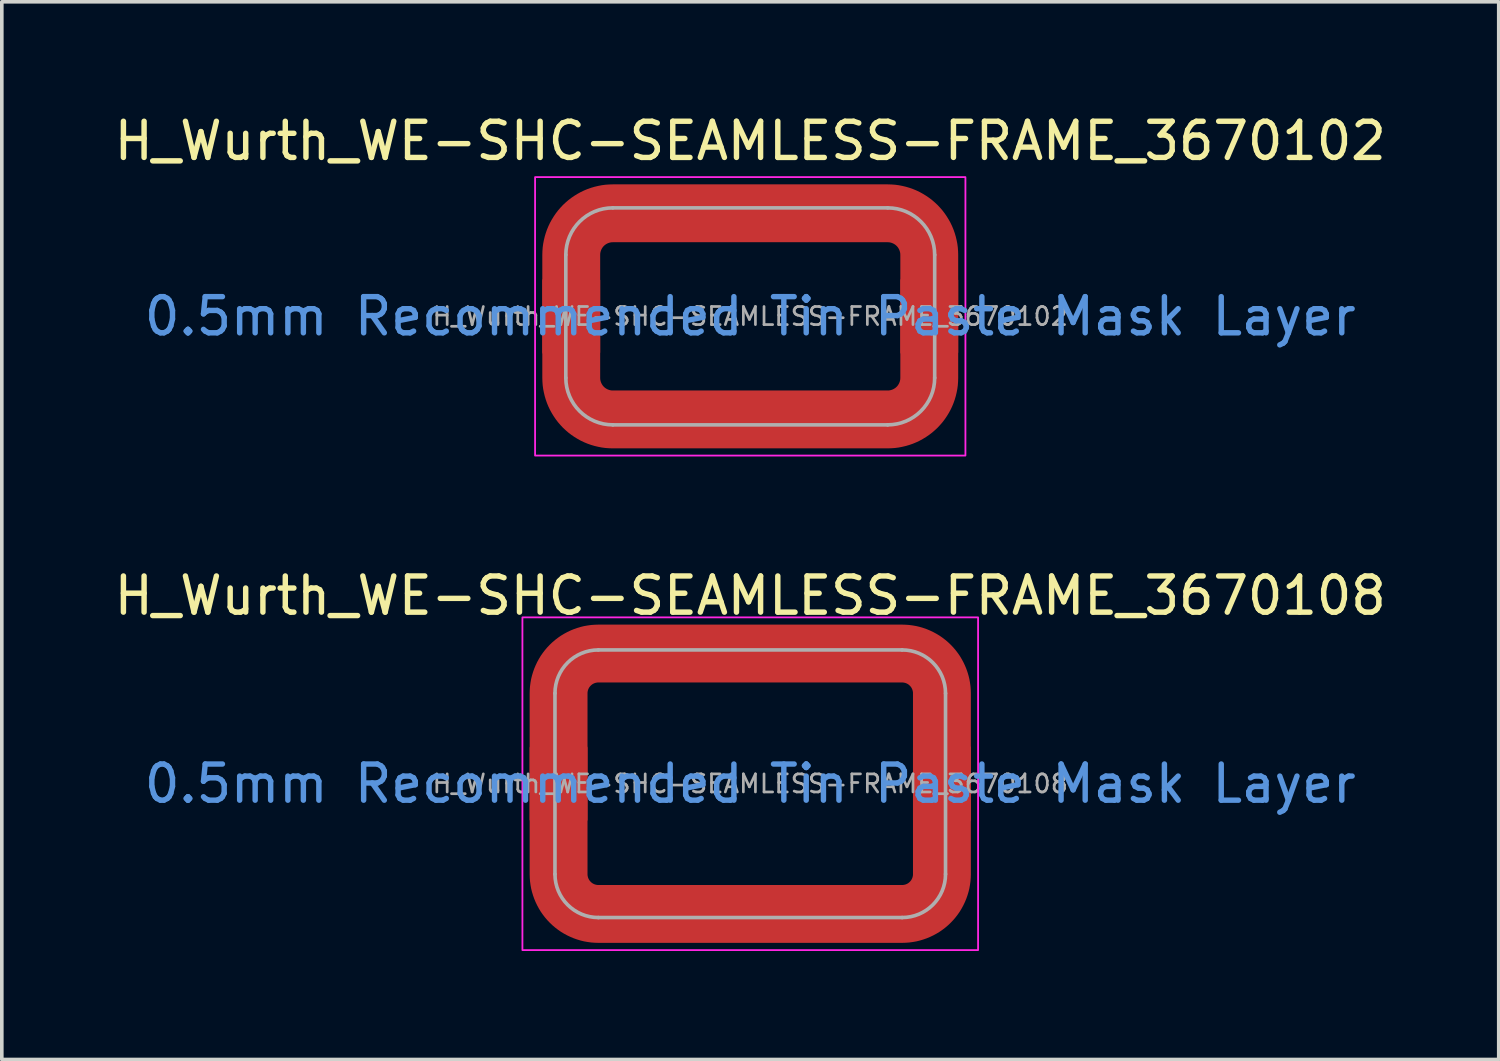
<source format=kicad_pcb>
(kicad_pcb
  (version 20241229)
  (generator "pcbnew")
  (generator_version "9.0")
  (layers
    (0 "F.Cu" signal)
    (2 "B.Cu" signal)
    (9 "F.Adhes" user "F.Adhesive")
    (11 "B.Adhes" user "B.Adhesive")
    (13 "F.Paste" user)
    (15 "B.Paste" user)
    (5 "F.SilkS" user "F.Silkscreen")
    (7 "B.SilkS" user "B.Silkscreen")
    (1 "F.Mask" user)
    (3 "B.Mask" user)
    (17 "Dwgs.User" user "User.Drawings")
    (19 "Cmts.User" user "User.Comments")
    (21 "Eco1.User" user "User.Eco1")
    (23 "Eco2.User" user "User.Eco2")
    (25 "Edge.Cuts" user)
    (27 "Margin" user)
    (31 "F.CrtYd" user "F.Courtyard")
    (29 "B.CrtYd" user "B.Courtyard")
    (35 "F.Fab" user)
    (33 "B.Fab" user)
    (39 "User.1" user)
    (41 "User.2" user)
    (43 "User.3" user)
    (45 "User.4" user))
  (footprint "H_Wurth_WE-SHC-SEAMLESS-FRAME_3670102"
    (layer "F.Cu")
    (at 17.696 5.698)
    (property "Reference" "H_Wurth_WE-SHC-SEAMLESS-FRAME_3670102" (at 0 -4.85 0) (unlocked yes) (layer "F.SilkS") (effects (font (size 1 1) (thickness 0.15))))
    (attr smd)
    (fp_rect (start -5.95 -3.85) (end 5.95 3.85) (stroke (width 0.05) (type solid)) (fill no) (layer "F.CrtYd"))
    (fp_line (start -5.1 1.7) (end -5.1 -1.7) (stroke (width 0.1) (type solid)) (layer "F.Fab"))
    (fp_line (start -3.8 -3) (end 3.8 -3) (stroke (width 0.1) (type solid)) (layer "F.Fab"))
    (fp_line (start -3.8 3) (end 3.8 3) (stroke (width 0.1) (type solid)) (layer "F.Fab"))
    (fp_line (start 5.1 1.7) (end 5.1 -1.7) (stroke (width 0.1) (type solid)) (layer "F.Fab"))
    (fp_arc (start -5.1 -1.7) (mid -4.719239 -2.619238) (end -3.8 -3) (stroke (width 0.1) (type default)) (layer "F.Fab"))
    (fp_arc (start -3.8 3) (mid -4.719238 2.619239) (end -5.1 1.7) (stroke (width 0.1) (type default)) (layer "F.Fab"))
    (fp_arc (start 3.8 -3) (mid 4.719238 -2.619239) (end 5.1 -1.7) (stroke (width 0.1) (type default)) (layer "F.Fab"))
    (fp_arc (start 5.1 1.7) (mid 4.719239 2.619238) (end 3.8 3) (stroke (width 0.1) (type default)) (layer "F.Fab"))
    (fp_text user "0.5mm Recommended Tin Paste Mask Layer" (at 0 0 0) (unlocked yes) (layer "Cmts.User") (effects (font (size 1 1) (thickness 0.15))))
    (fp_text user "${REFERENCE}" (at 0 0 0) (unlocked yes) (layer "F.Fab") (effects (font (size 0.5 0.5) (thickness 0.075))))
    (pad "1" smd custom (at 0 -2.85) (size 5.7 1.5) (layers "F.Cu" "F.Mask" "F.Paste") (options (anchor rect)) (primitives (gr_poly (pts (xy -4.2 3.85) (xy -5.7 3.85) (xy -5.7 1.15) (xy -5.697 1.051) (xy -5.69 0.951) (xy -5.677 0.853) (xy -5.658 0.755) (xy -5.635 0.658) (xy -5.607 0.563) (xy -5.574 0.469) (xy -5.536 0.377) (xy -5.493 0.287) (xy -5.445 0.2) (xy -5.393 0.115) (xy -5.337 0.033) (xy -5.277 -0.046) (xy -5.212 -0.121) (xy -5.144 -0.194) (xy -5.071 -0.262) (xy -4.996 -0.327) (xy -4.917 -0.387) (xy -4.835 -0.443) (xy -4.75 -0.495) (xy -4.663 -0.543) (xy -4.573 -0.586) (xy -4.481 -0.624) (xy -4.387 -0.657) (xy -4.292 -0.685) (xy -4.195 -0.708) (xy -4.097 -0.727) (xy -3.999 -0.74) (xy -3.899 -0.747) (xy -3.8 -0.75) (xy 3.8 -0.75) (xy 3.899 -0.747) (xy 3.999 -0.74) (xy 4.097 -0.727) (xy 4.195 -0.708) (xy 4.292 -0.685) (xy 4.387 -0.657) (xy 4.481 -0.624) (xy 4.573 -0.586) (xy 4.663 -0.543) (xy 4.75 -0.495) (xy 4.835 -0.443) (xy 4.917 -0.387) (xy 4.996 -0.327) (xy 5.071 -0.262) (xy 5.144 -0.194) (xy 5.212 -0.121) (xy 5.277 -0.046) (xy 5.337 0.033) (xy 5.393 0.115) (xy 5.445 0.2) (xy 5.493 0.287) (xy 5.536 0.377) (xy 5.574 0.469) (xy 5.607 0.563) (xy 5.635 0.658) (xy 5.658 0.755) (xy 5.677 0.853) (xy 5.69 0.951) (xy 5.697 1.051) (xy 5.7 1.15) (xy 5.7 3.85) (xy 4.2 3.85) (xy 4.2 1.15) (xy 4.199 1.129) (xy 4.198 1.108) (xy 4.195 1.087) (xy 4.191 1.067) (xy 4.186 1.046) (xy 4.18 1.026) (xy 4.173 1.007) (xy 4.165 0.987) (xy 4.156 0.968) (xy 4.146 0.95) (xy 4.135 0.932) (xy 4.124 0.915) (xy 4.111 0.898) (xy 4.097 0.882) (xy 4.083 0.867) (xy 4.068 0.853) (xy 4.052 0.839) (xy 4.035 0.826) (xy 4.018 0.815) (xy 4 0.804) (xy 3.982 0.794) (xy 3.963 0.785) (xy 3.943 0.777) (xy 3.924 0.77) (xy 3.904 0.764) (xy 3.883 0.759) (xy 3.863 0.755) (xy 3.842 0.752) (xy 3.821 0.751) (xy 3.8 0.75) (xy -3.8 0.75) (xy -3.821 0.751) (xy -3.842 0.752) (xy -3.863 0.755) (xy -3.883 0.759) (xy -3.904 0.764) (xy -3.924 0.77) (xy -3.943 0.777) (xy -3.963 0.785) (xy -3.982 0.794) (xy -4 0.804) (xy -4.018 0.815) (xy -4.035 0.826) (xy -4.052 0.839) (xy -4.068 0.853) (xy -4.083 0.867) (xy -4.097 0.882) (xy -4.111 0.898) (xy -4.124 0.915) (xy -4.135 0.932) (xy -4.146 0.95) (xy -4.156 0.968) (xy -4.165 0.987) (xy -4.173 1.007) (xy -4.18 1.026) (xy -4.186 1.046) (xy -4.191 1.067) (xy -4.195 1.087) (xy -4.198 1.108) (xy -4.199 1.129) (xy -4.2 1.15) (xy -4.2 3.85)) (width 0.1) (fill yes))))
    (pad "1" smd custom (at 4.95 0) (size 1.5 2) (layers "F.Cu" "F.Mask" "F.Paste") (options (anchor rect)) (primitives (gr_poly (pts (xy -0.75 -1) (xy 0.75 -1) (xy 0.75 1.7) (xy 0.747 1.799) (xy 0.74 1.899) (xy 0.727 1.997) (xy 0.708 2.095) (xy 0.685 2.192) (xy 0.657 2.287) (xy 0.624 2.381) (xy 0.586 2.473) (xy 0.543 2.563) (xy 0.495 2.65) (xy 0.443 2.735) (xy 0.387 2.817) (xy 0.327 2.896) (xy 0.262 2.971) (xy 0.194 3.044) (xy 0.121 3.112) (xy 0.046 3.177) (xy -0.033 3.237) (xy -0.115 3.293) (xy -0.2 3.345) (xy -0.287 3.393) (xy -0.377 3.436) (xy -0.469 3.474) (xy -0.563 3.507) (xy -0.658 3.535) (xy -0.755 3.558) (xy -0.853 3.577) (xy -0.951 3.59) (xy -1.051 3.597) (xy -1.15 3.6) (xy -8.75 3.6) (xy -8.849 3.597) (xy -8.949 3.59) (xy -9.047 3.577) (xy -9.145 3.558) (xy -9.242 3.535) (xy -9.337 3.507) (xy -9.431 3.474) (xy -9.523 3.436) (xy -9.613 3.393) (xy -9.7 3.345) (xy -9.785 3.293) (xy -9.867 3.237) (xy -9.946 3.177) (xy -10.021 3.112) (xy -10.094 3.044) (xy -10.162 2.971) (xy -10.227 2.896) (xy -10.287 2.817) (xy -10.343 2.735) (xy -10.395 2.65) (xy -10.443 2.563) (xy -10.486 2.473) (xy -10.524 2.381) (xy -10.557 2.287) (xy -10.585 2.192) (xy -10.608 2.095) (xy -10.627 1.997) (xy -10.64 1.899) (xy -10.647 1.799) (xy -10.65 1.7) (xy -10.65 -1) (xy -9.15 -1) (xy -9.15 1.7) (xy -9.149 1.721) (xy -9.148 1.742) (xy -9.145 1.763) (xy -9.141 1.783) (xy -9.136 1.804) (xy -9.13 1.824) (xy -9.123 1.843) (xy -9.115 1.863) (xy -9.106 1.882) (xy -9.096 1.9) (xy -9.085 1.918) (xy -9.074 1.935) (xy -9.061 1.952) (xy -9.047 1.968) (xy -9.033 1.983) (xy -9.018 1.997) (xy -9.002 2.011) (xy -8.985 2.024) (xy -8.968 2.035) (xy -8.95 2.046) (xy -8.932 2.056) (xy -8.913 2.065) (xy -8.893 2.073) (xy -8.874 2.08) (xy -8.854 2.086) (xy -8.833 2.091) (xy -8.813 2.095) (xy -8.792 2.098) (xy -8.771 2.099) (xy -8.75 2.1) (xy -1.15 2.1) (xy -1.129 2.099) (xy -1.108 2.098) (xy -1.087 2.095) (xy -1.067 2.091) (xy -1.046 2.086) (xy -1.026 2.08) (xy -1.007 2.073) (xy -0.987 2.065) (xy -0.968 2.056) (xy -0.95 2.046) (xy -0.932 2.035) (xy -0.915 2.024) (xy -0.898 2.011) (xy -0.882 1.997) (xy -0.867 1.983) (xy -0.853 1.968) (xy -0.839 1.952) (xy -0.826 1.935) (xy -0.815 1.918) (xy -0.804 1.9) (xy -0.794 1.882) (xy -0.785 1.863) (xy -0.777 1.843) (xy -0.77 1.824) (xy -0.764 1.804) (xy -0.759 1.783) (xy -0.755 1.763) (xy -0.752 1.742) (xy -0.751 1.721) (xy -0.75 1.7) (xy -0.75 -1)) (width 0.1) (fill yes)))))
  (footprint "H_Wurth_WE-SHC-SEAMLESS-FRAME_3670108"
    (layer "F.Cu")
    (at 17.696 18.622)
    (property "Reference" "H_Wurth_WE-SHC-SEAMLESS-FRAME_3670108" (at 0 -5.2 0) (unlocked yes) (layer "F.SilkS") (effects (font (size 1 1) (thickness 0.15))))
    (attr smd)
    (fp_rect (start -6.3 -4.6) (end 6.3 4.6) (stroke (width 0.05) (type solid)) (fill no) (layer "F.CrtYd"))
    (fp_line (start -5.4 2.5) (end -5.4 -2.5) (stroke (width 0.1) (type solid)) (layer "F.Fab"))
    (fp_line (start -4.2 -3.7) (end 4.2 -3.7) (stroke (width 0.1) (type solid)) (layer "F.Fab"))
    (fp_line (start -4.2 3.7) (end 4.2 3.7) (stroke (width 0.1) (type solid)) (layer "F.Fab"))
    (fp_line (start 5.4 2.5) (end 5.4 -2.5) (stroke (width 0.1) (type solid)) (layer "F.Fab"))
    (fp_arc (start -5.4 -2.5) (mid -5.048528 -3.348528) (end -4.2 -3.7) (stroke (width 0.1) (type default)) (layer "F.Fab"))
    (fp_arc (start -4.2 3.7) (mid -5.048528 3.348528) (end -5.4 2.5) (stroke (width 0.1) (type default)) (layer "F.Fab"))
    (fp_arc (start 4.2 -3.7) (mid 5.048528 -3.348528) (end 5.4 -2.5) (stroke (width 0.1) (type default)) (layer "F.Fab"))
    (fp_arc (start 5.4 2.5) (mid 5.048528 3.348528) (end 4.2 3.7) (stroke (width 0.1) (type default)) (layer "F.Fab"))
    (fp_text user "0.5mm Recommended Tin Paste Mask Layer" (at 0 0 0) (unlocked yes) (layer "Cmts.User") (effects (font (size 1 1) (thickness 0.15))))
    (fp_text user "${REFERENCE}" (at 0 0 0) (unlocked yes) (layer "F.Fab") (effects (font (size 0.5 0.5) (thickness 0.075))))
    (pad "1" smd custom (at 0 -3.6) (size 8.4 1.5) (layers "F.Cu" "F.Mask" "F.Paste") (options (anchor rect)) (primitives (gr_poly (pts (xy -4.55 4.6) (xy -6.05 4.6) (xy -6.05 1.1) (xy -6.047 1.003) (xy -6.04 0.907) (xy -6.027 0.811) (xy -6.01 0.715) (xy -5.987 0.621) (xy -5.959 0.528) (xy -5.927 0.437) (xy -5.89 0.348) (xy -5.848 0.26) (xy -5.802 0.175) (xy -5.752 0.092) (xy -5.697 0.013) (xy -5.638 -0.064) (xy -5.575 -0.138) (xy -5.508 -0.208) (xy -5.438 -0.275) (xy -5.364 -0.338) (xy -5.287 -0.397) (xy -5.208 -0.452) (xy -5.125 -0.502) (xy -5.04 -0.548) (xy -4.952 -0.59) (xy -4.863 -0.627) (xy -4.772 -0.659) (xy -4.679 -0.687) (xy -4.585 -0.71) (xy -4.489 -0.727) (xy -4.393 -0.74) (xy -4.297 -0.747) (xy -4.2 -0.75) (xy 4.2 -0.75) (xy 4.297 -0.747) (xy 4.393 -0.74) (xy 4.489 -0.727) (xy 4.585 -0.71) (xy 4.679 -0.687) (xy 4.772 -0.659) (xy 4.863 -0.627) (xy 4.952 -0.59) (xy 5.04 -0.548) (xy 5.125 -0.502) (xy 5.208 -0.452) (xy 5.287 -0.397) (xy 5.364 -0.338) (xy 5.438 -0.275) (xy 5.508 -0.208) (xy 5.575 -0.138) (xy 5.638 -0.064) (xy 5.697 0.013) (xy 5.752 0.092) (xy 5.802 0.175) (xy 5.848 0.26) (xy 5.89 0.348) (xy 5.927 0.437) (xy 5.959 0.528) (xy 5.987 0.621) (xy 6.01 0.715) (xy 6.027 0.811) (xy 6.04 0.907) (xy 6.047 1.003) (xy 6.05 1.1) (xy 6.05 4.6) (xy 4.55 4.6) (xy 4.55 1.1) (xy 4.55 1.082) (xy 4.548 1.063) (xy 4.546 1.045) (xy 4.542 1.027) (xy 4.538 1.009) (xy 4.533 0.992) (xy 4.527 0.975) (xy 4.52 0.958) (xy 4.512 0.941) (xy 4.503 0.925) (xy 4.494 0.909) (xy 4.483 0.894) (xy 4.472 0.88) (xy 4.46 0.866) (xy 4.447 0.853) (xy 4.434 0.84) (xy 4.42 0.828) (xy 4.406 0.817) (xy 4.391 0.806) (xy 4.375 0.797) (xy 4.359 0.788) (xy 4.342 0.78) (xy 4.325 0.773) (xy 4.308 0.767) (xy 4.291 0.762) (xy 4.273 0.758) (xy 4.255 0.754) (xy 4.237 0.752) (xy 4.218 0.75) (xy 4.2 0.75) (xy -4.2 0.75) (xy -4.218 0.75) (xy -4.237 0.752) (xy -4.255 0.754) (xy -4.273 0.758) (xy -4.291 0.762) (xy -4.308 0.767) (xy -4.325 0.773) (xy -4.342 0.78) (xy -4.359 0.788) (xy -4.375 0.797) (xy -4.391 0.806) (xy -4.406 0.817) (xy -4.42 0.828) (xy -4.434 0.84) (xy -4.447 0.853) (xy -4.46 0.866) (xy -4.472 0.88) (xy -4.483 0.894) (xy -4.494 0.909) (xy -4.503 0.925) (xy -4.512 0.941) (xy -4.52 0.958) (xy -4.527 0.975) (xy -4.533 0.992) (xy -4.538 1.009) (xy -4.542 1.027) (xy -4.546 1.045) (xy -4.548 1.063) (xy -4.55 1.082) (xy -4.55 1.1) (xy -4.55 4.6)) (width 0.1) (fill yes))))
    (pad "1" smd custom (at 5.3 0) (size 1.5 5) (layers "F.Cu" "F.Mask" "F.Paste") (options (anchor rect)) (primitives (gr_poly (pts (xy -0.75 -1) (xy 0.75 -1) (xy 0.75 2.5) (xy 0.747 2.597) (xy 0.74 2.693) (xy 0.727 2.789) (xy 0.71 2.885) (xy 0.687 2.979) (xy 0.659 3.072) (xy 0.627 3.163) (xy 0.59 3.252) (xy 0.548 3.34) (xy 0.502 3.425) (xy 0.452 3.508) (xy 0.397 3.587) (xy 0.338 3.664) (xy 0.275 3.738) (xy 0.208 3.808) (xy 0.138 3.875) (xy 0.064 3.938) (xy -0.013 3.997) (xy -0.092 4.052) (xy -0.175 4.102) (xy -0.26 4.148) (xy -0.348 4.19) (xy -0.437 4.227) (xy -0.528 4.259) (xy -0.621 4.287) (xy -0.715 4.31) (xy -0.811 4.327) (xy -0.907 4.34) (xy -1.003 4.347) (xy -1.1 4.35) (xy -9.5 4.35) (xy -9.597 4.347) (xy -9.693 4.34) (xy -9.789 4.327) (xy -9.885 4.31) (xy -9.979 4.287) (xy -10.072 4.259) (xy -10.163 4.227) (xy -10.252 4.19) (xy -10.34 4.148) (xy -10.425 4.102) (xy -10.508 4.052) (xy -10.587 3.997) (xy -10.664 3.938) (xy -10.738 3.875) (xy -10.808 3.808) (xy -10.875 3.738) (xy -10.938 3.664) (xy -10.997 3.587) (xy -11.052 3.508) (xy -11.102 3.425) (xy -11.148 3.34) (xy -11.19 3.252) (xy -11.227 3.163) (xy -11.259 3.072) (xy -11.287 2.979) (xy -11.31 2.885) (xy -11.327 2.789) (xy -11.34 2.693) (xy -11.347 2.597) (xy -11.35 2.5) (xy -11.35 -1) (xy -9.85 -1) (xy -9.85 2.5) (xy -9.85 2.518) (xy -9.848 2.537) (xy -9.846 2.555) (xy -9.842 2.573) (xy -9.838 2.591) (xy -9.833 2.608) (xy -9.827 2.625) (xy -9.82 2.642) (xy -9.812 2.659) (xy -9.803 2.675) (xy -9.794 2.691) (xy -9.783 2.706) (xy -9.772 2.72) (xy -9.76 2.734) (xy -9.747 2.747) (xy -9.734 2.76) (xy -9.72 2.772) (xy -9.706 2.783) (xy -9.691 2.794) (xy -9.675 2.803) (xy -9.659 2.812) (xy -9.642 2.82) (xy -9.625 2.827) (xy -9.608 2.833) (xy -9.591 2.838) (xy -9.573 2.842) (xy -9.555 2.846) (xy -9.537 2.848) (xy -9.518 2.85) (xy -9.5 2.85) (xy -1.1 2.85) (xy -1.082 2.85) (xy -1.063 2.848) (xy -1.045 2.846) (xy -1.027 2.842) (xy -1.009 2.838) (xy -0.992 2.833) (xy -0.975 2.827) (xy -0.958 2.82) (xy -0.941 2.812) (xy -0.925 2.803) (xy -0.909 2.794) (xy -0.894 2.783) (xy -0.88 2.772) (xy -0.866 2.76) (xy -0.853 2.747) (xy -0.84 2.734) (xy -0.828 2.72) (xy -0.817 2.706) (xy -0.806 2.691) (xy -0.797 2.675) (xy -0.788 2.659) (xy -0.78 2.642) (xy -0.773 2.625) (xy -0.767 2.608) (xy -0.762 2.591) (xy -0.758 2.573) (xy -0.754 2.555) (xy -0.752 2.537) (xy -0.75 2.518) (xy -0.75 2.5) (xy -0.75 -1)) (width 0.1) (fill yes)))))
  (gr_rect
    (start -3 -3)
    (end 38.393 26.247)
    (stroke (width 0.1) (type default))
    (fill no)
    (layer "Edge.Cuts")))
</source>
